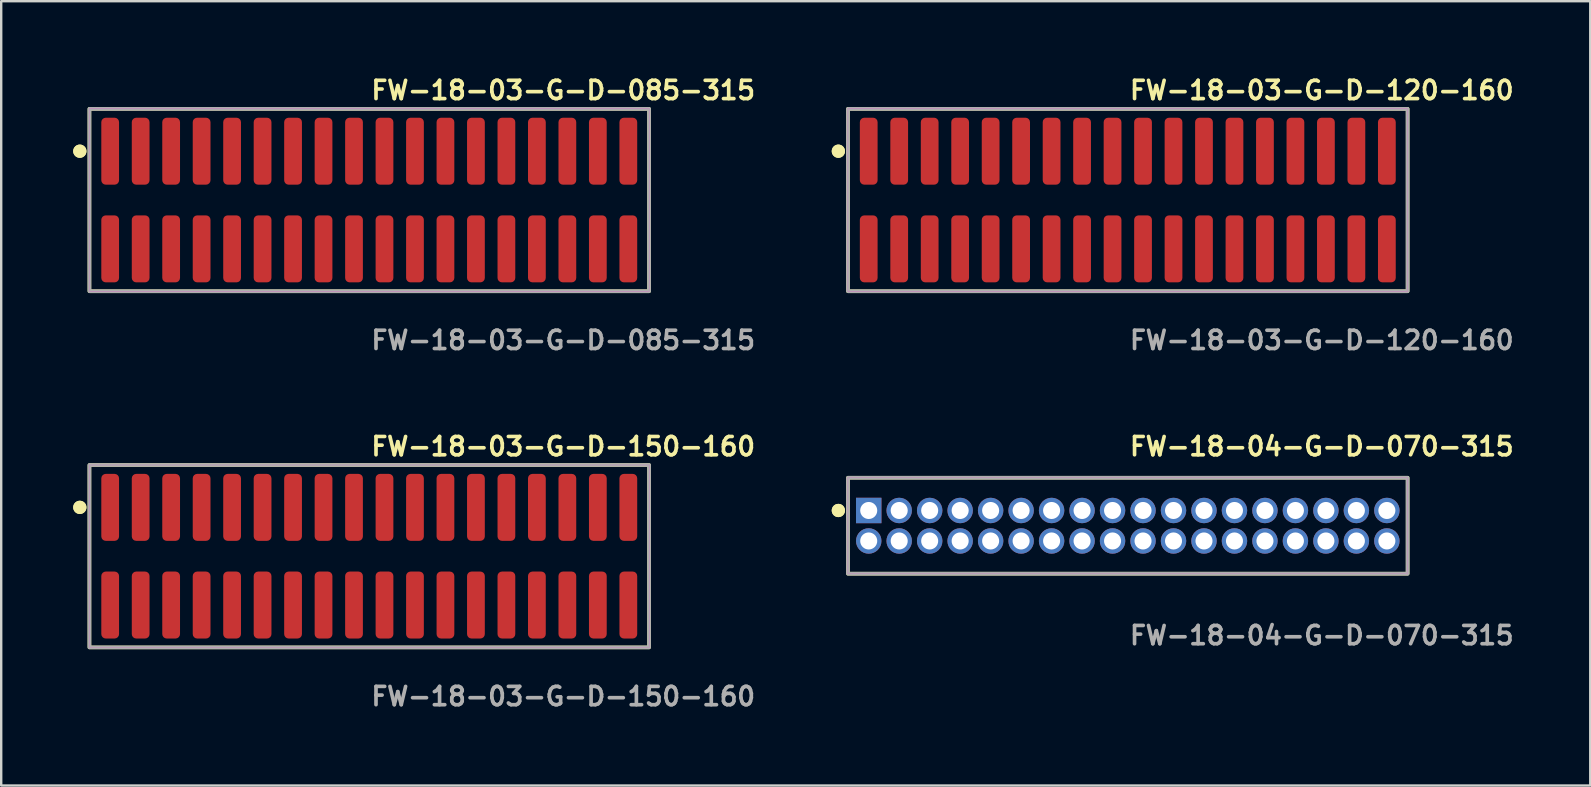
<source format=kicad_pcb>
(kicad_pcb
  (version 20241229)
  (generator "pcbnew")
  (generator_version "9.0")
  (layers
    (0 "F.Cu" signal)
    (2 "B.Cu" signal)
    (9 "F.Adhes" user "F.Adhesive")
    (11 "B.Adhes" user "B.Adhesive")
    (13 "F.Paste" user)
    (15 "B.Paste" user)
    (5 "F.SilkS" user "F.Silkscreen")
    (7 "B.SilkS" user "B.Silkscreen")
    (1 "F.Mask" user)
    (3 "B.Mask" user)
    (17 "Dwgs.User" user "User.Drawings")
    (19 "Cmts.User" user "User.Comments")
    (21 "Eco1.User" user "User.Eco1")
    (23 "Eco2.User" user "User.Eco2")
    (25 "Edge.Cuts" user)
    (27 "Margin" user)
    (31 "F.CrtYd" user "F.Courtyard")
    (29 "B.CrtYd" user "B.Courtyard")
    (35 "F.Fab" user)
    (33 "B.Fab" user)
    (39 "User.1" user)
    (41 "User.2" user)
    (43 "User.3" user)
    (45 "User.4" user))
  (footprint "FW-18-04-G-D-070-315"
    (layer "F.Cu")
    (at 43.943 18.856)
    (property "Reference" "FW-18-04-G-D-070-315" (at 0 -3.302 0) (unlocked yes) (layer "F.SilkS") (effects (font (size 0.762 0.762) (thickness 0.152)) (justify left)))
    (fp_rect (start -11.66 2) (end 11.66 -2) (stroke (width 0.152) (type solid)) (fill no) (layer "F.SilkS"))
    (fp_circle (center -12.06 -0.635) (end -12.26 -0.635) (stroke (width 0.152) (type solid)) (fill yes) (layer "F.SilkS"))
    (fp_circle (center -12.06 -0.635) (end -12.26 -0.635) (stroke (width 0.152) (type solid)) (fill yes) (layer "F.SilkS"))
    (fp_rect (start -11.66 2) (end 11.66 -2) (stroke (width 0.006) (type solid)) (fill no) (layer "F.CrtYd"))
    (fp_rect (start -11.66 2) (end 11.66 -2) (stroke (width 0.152) (type solid)) (fill no) (layer "F.Fab"))
    (fp_text user "${REFERENCE}" (at 0 4.572 0) (unlocked yes) (layer "F.Fab") (effects (font (size 0.762 0.762) (thickness 0.152)) (justify left)))
    (pad "1" thru_hole rect (at -10.795 -0.635) (size 1.06 1.06) (drill 0.71) (layers "*.Cu" "*.Mask"))
    (pad "2" thru_hole circle (at -10.795 0.635) (size 1.06 1.06) (drill 0.71) (layers "*.Cu" "*.Mask"))
    (pad "3" thru_hole circle (at -9.525 -0.635) (size 1.06 1.06) (drill 0.71) (layers "*.Cu" "*.Mask"))
    (pad "4" thru_hole circle (at -9.525 0.635) (size 1.06 1.06) (drill 0.71) (layers "*.Cu" "*.Mask"))
    (pad "5" thru_hole circle (at -8.255 -0.635) (size 1.06 1.06) (drill 0.71) (layers "*.Cu" "*.Mask"))
    (pad "6" thru_hole circle (at -8.255 0.635) (size 1.06 1.06) (drill 0.71) (layers "*.Cu" "*.Mask"))
    (pad "7" thru_hole circle (at -6.985 -0.635) (size 1.06 1.06) (drill 0.71) (layers "*.Cu" "*.Mask"))
    (pad "8" thru_hole circle (at -6.985 0.635) (size 1.06 1.06) (drill 0.71) (layers "*.Cu" "*.Mask"))
    (pad "9" thru_hole circle (at -5.715 -0.635) (size 1.06 1.06) (drill 0.71) (layers "*.Cu" "*.Mask"))
    (pad "10" thru_hole circle (at -5.715 0.635) (size 1.06 1.06) (drill 0.71) (layers "*.Cu" "*.Mask"))
    (pad "11" thru_hole circle (at -4.445 -0.635) (size 1.06 1.06) (drill 0.71) (layers "*.Cu" "*.Mask"))
    (pad "12" thru_hole circle (at -4.445 0.635) (size 1.06 1.06) (drill 0.71) (layers "*.Cu" "*.Mask"))
    (pad "13" thru_hole circle (at -3.175 -0.635) (size 1.06 1.06) (drill 0.71) (layers "*.Cu" "*.Mask"))
    (pad "14" thru_hole circle (at -3.175 0.635) (size 1.06 1.06) (drill 0.71) (layers "*.Cu" "*.Mask"))
    (pad "15" thru_hole circle (at -1.905 -0.635) (size 1.06 1.06) (drill 0.71) (layers "*.Cu" "*.Mask"))
    (pad "16" thru_hole circle (at -1.905 0.635) (size 1.06 1.06) (drill 0.71) (layers "*.Cu" "*.Mask"))
    (pad "17" thru_hole circle (at -0.635 -0.635) (size 1.06 1.06) (drill 0.71) (layers "*.Cu" "*.Mask"))
    (pad "18" thru_hole circle (at -0.635 0.635) (size 1.06 1.06) (drill 0.71) (layers "*.Cu" "*.Mask"))
    (pad "19" thru_hole circle (at 0.635 -0.635) (size 1.06 1.06) (drill 0.71) (layers "*.Cu" "*.Mask"))
    (pad "20" thru_hole circle (at 0.635 0.635) (size 1.06 1.06) (drill 0.71) (layers "*.Cu" "*.Mask"))
    (pad "21" thru_hole circle (at 1.905 -0.635) (size 1.06 1.06) (drill 0.71) (layers "*.Cu" "*.Mask"))
    (pad "22" thru_hole circle (at 1.905 0.635) (size 1.06 1.06) (drill 0.71) (layers "*.Cu" "*.Mask"))
    (pad "23" thru_hole circle (at 3.175 -0.635) (size 1.06 1.06) (drill 0.71) (layers "*.Cu" "*.Mask"))
    (pad "24" thru_hole circle (at 3.175 0.635) (size 1.06 1.06) (drill 0.71) (layers "*.Cu" "*.Mask"))
    (pad "25" thru_hole circle (at 4.445 -0.635) (size 1.06 1.06) (drill 0.71) (layers "*.Cu" "*.Mask"))
    (pad "26" thru_hole circle (at 4.445 0.635) (size 1.06 1.06) (drill 0.71) (layers "*.Cu" "*.Mask"))
    (pad "27" thru_hole circle (at 5.715 -0.635) (size 1.06 1.06) (drill 0.71) (layers "*.Cu" "*.Mask"))
    (pad "28" thru_hole circle (at 5.715 0.635) (size 1.06 1.06) (drill 0.71) (layers "*.Cu" "*.Mask"))
    (pad "29" thru_hole circle (at 6.985 -0.635) (size 1.06 1.06) (drill 0.71) (layers "*.Cu" "*.Mask"))
    (pad "30" thru_hole circle (at 6.985 0.635) (size 1.06 1.06) (drill 0.71) (layers "*.Cu" "*.Mask"))
    (pad "31" thru_hole circle (at 8.255 -0.635) (size 1.06 1.06) (drill 0.71) (layers "*.Cu" "*.Mask"))
    (pad "32" thru_hole circle (at 8.255 0.635) (size 1.06 1.06) (drill 0.71) (layers "*.Cu" "*.Mask"))
    (pad "33" thru_hole circle (at 9.525 -0.635) (size 1.06 1.06) (drill 0.71) (layers "*.Cu" "*.Mask"))
    (pad "34" thru_hole circle (at 9.525 0.635) (size 1.06 1.06) (drill 0.71) (layers "*.Cu" "*.Mask"))
    (pad "35" thru_hole circle (at 10.795 -0.635) (size 1.06 1.06) (drill 0.71) (layers "*.Cu" "*.Mask"))
    (pad "36" thru_hole circle (at 10.795 0.635) (size 1.06 1.06) (drill 0.71) (layers "*.Cu" "*.Mask")))
  (footprint "FW-18-03-G-D-150-160"
    (layer "F.Cu")
    (at 12.336 20.126)
    (property "Reference" "FW-18-03-G-D-150-160" (at 0 -4.572 0) (unlocked yes) (layer "F.SilkS") (effects (font (size 0.762 0.762) (thickness 0.152)) (justify left)))
    (fp_rect (start -11.66 3.8) (end 11.66 -3.8) (stroke (width 0.152) (type solid)) (fill no) (layer "F.SilkS"))
    (fp_circle (center -12.06 -2.035) (end -12.26 -2.035) (stroke (width 0.152) (type solid)) (fill yes) (layer "F.SilkS"))
    (fp_circle (center -12.06 -2.035) (end -12.26 -2.035) (stroke (width 0.152) (type solid)) (fill yes) (layer "F.SilkS"))
    (fp_rect (start -11.66 3.8) (end 11.66 -3.8) (stroke (width 0.006) (type solid)) (fill no) (layer "F.CrtYd"))
    (fp_rect (start -11.66 3.8) (end 11.66 -3.8) (stroke (width 0.152) (type solid)) (fill no) (layer "F.Fab"))
    (fp_text user "${REFERENCE}" (at 0 5.842 0) (unlocked yes) (layer "F.Fab") (effects (font (size 0.762 0.762) (thickness 0.152)) (justify left)))
    (pad "1" smd roundrect (at -10.795 -2.035) (size 0.74 2.79) (layers "F.Cu" "F.Paste") (roundrect_rratio 0.25))
    (pad "2" smd roundrect (at -10.795 2.035) (size 0.74 2.79) (layers "F.Cu" "F.Paste") (roundrect_rratio 0.25))
    (pad "3" smd roundrect (at -9.525 -2.035) (size 0.74 2.79) (layers "F.Cu" "F.Paste") (roundrect_rratio 0.25))
    (pad "4" smd roundrect (at -9.525 2.035) (size 0.74 2.79) (layers "F.Cu" "F.Paste") (roundrect_rratio 0.25))
    (pad "5" smd roundrect (at -8.255 -2.035) (size 0.74 2.79) (layers "F.Cu" "F.Paste") (roundrect_rratio 0.25))
    (pad "6" smd roundrect (at -8.255 2.035) (size 0.74 2.79) (layers "F.Cu" "F.Paste") (roundrect_rratio 0.25))
    (pad "7" smd roundrect (at -6.985 -2.035) (size 0.74 2.79) (layers "F.Cu" "F.Paste") (roundrect_rratio 0.25))
    (pad "8" smd roundrect (at -6.985 2.035) (size 0.74 2.79) (layers "F.Cu" "F.Paste") (roundrect_rratio 0.25))
    (pad "9" smd roundrect (at -5.715 -2.035) (size 0.74 2.79) (layers "F.Cu" "F.Paste") (roundrect_rratio 0.25))
    (pad "10" smd roundrect (at -5.715 2.035) (size 0.74 2.79) (layers "F.Cu" "F.Paste") (roundrect_rratio 0.25))
    (pad "11" smd roundrect (at -4.445 -2.035) (size 0.74 2.79) (layers "F.Cu" "F.Paste") (roundrect_rratio 0.25))
    (pad "12" smd roundrect (at -4.445 2.035) (size 0.74 2.79) (layers "F.Cu" "F.Paste") (roundrect_rratio 0.25))
    (pad "13" smd roundrect (at -3.175 -2.035) (size 0.74 2.79) (layers "F.Cu" "F.Paste") (roundrect_rratio 0.25))
    (pad "14" smd roundrect (at -3.175 2.035) (size 0.74 2.79) (layers "F.Cu" "F.Paste") (roundrect_rratio 0.25))
    (pad "15" smd roundrect (at -1.905 -2.035) (size 0.74 2.79) (layers "F.Cu" "F.Paste") (roundrect_rratio 0.25))
    (pad "16" smd roundrect (at -1.905 2.035) (size 0.74 2.79) (layers "F.Cu" "F.Paste") (roundrect_rratio 0.25))
    (pad "17" smd roundrect (at -0.635 -2.035) (size 0.74 2.79) (layers "F.Cu" "F.Paste") (roundrect_rratio 0.25))
    (pad "18" smd roundrect (at -0.635 2.035) (size 0.74 2.79) (layers "F.Cu" "F.Paste") (roundrect_rratio 0.25))
    (pad "19" smd roundrect (at 0.635 -2.035) (size 0.74 2.79) (layers "F.Cu" "F.Paste") (roundrect_rratio 0.25))
    (pad "20" smd roundrect (at 0.635 2.035) (size 0.74 2.79) (layers "F.Cu" "F.Paste") (roundrect_rratio 0.25))
    (pad "21" smd roundrect (at 1.905 -2.035) (size 0.74 2.79) (layers "F.Cu" "F.Paste") (roundrect_rratio 0.25))
    (pad "22" smd roundrect (at 1.905 2.035) (size 0.74 2.79) (layers "F.Cu" "F.Paste") (roundrect_rratio 0.25))
    (pad "23" smd roundrect (at 3.175 -2.035) (size 0.74 2.79) (layers "F.Cu" "F.Paste") (roundrect_rratio 0.25))
    (pad "24" smd roundrect (at 3.175 2.035) (size 0.74 2.79) (layers "F.Cu" "F.Paste") (roundrect_rratio 0.25))
    (pad "25" smd roundrect (at 4.445 -2.035) (size 0.74 2.79) (layers "F.Cu" "F.Paste") (roundrect_rratio 0.25))
    (pad "26" smd roundrect (at 4.445 2.035) (size 0.74 2.79) (layers "F.Cu" "F.Paste") (roundrect_rratio 0.25))
    (pad "27" smd roundrect (at 5.715 -2.035) (size 0.74 2.79) (layers "F.Cu" "F.Paste") (roundrect_rratio 0.25))
    (pad "28" smd roundrect (at 5.715 2.035) (size 0.74 2.79) (layers "F.Cu" "F.Paste") (roundrect_rratio 0.25))
    (pad "29" smd roundrect (at 6.985 -2.035) (size 0.74 2.79) (layers "F.Cu" "F.Paste") (roundrect_rratio 0.25))
    (pad "30" smd roundrect (at 6.985 2.035) (size 0.74 2.79) (layers "F.Cu" "F.Paste") (roundrect_rratio 0.25))
    (pad "31" smd roundrect (at 8.255 -2.035) (size 0.74 2.79) (layers "F.Cu" "F.Paste") (roundrect_rratio 0.25))
    (pad "32" smd roundrect (at 8.255 2.035) (size 0.74 2.79) (layers "F.Cu" "F.Paste") (roundrect_rratio 0.25))
    (pad "33" smd roundrect (at 9.525 -2.035) (size 0.74 2.79) (layers "F.Cu" "F.Paste") (roundrect_rratio 0.25))
    (pad "34" smd roundrect (at 9.525 2.035) (size 0.74 2.79) (layers "F.Cu" "F.Paste") (roundrect_rratio 0.25))
    (pad "35" smd roundrect (at 10.795 -2.035) (size 0.74 2.79) (layers "F.Cu" "F.Paste") (roundrect_rratio 0.25))
    (pad "36" smd roundrect (at 10.795 2.035) (size 0.74 2.79) (layers "F.Cu" "F.Paste") (roundrect_rratio 0.25)))
  (footprint "FW-18-03-G-D-120-160"
    (layer "F.Cu")
    (at 43.943 5.285)
    (property "Reference" "FW-18-03-G-D-120-160" (at 0 -4.572 0) (unlocked yes) (layer "F.SilkS") (effects (font (size 0.762 0.762) (thickness 0.152)) (justify left)))
    (fp_rect (start -11.66 3.8) (end 11.66 -3.8) (stroke (width 0.152) (type solid)) (fill no) (layer "F.SilkS"))
    (fp_circle (center -12.06 -2.035) (end -12.26 -2.035) (stroke (width 0.152) (type solid)) (fill yes) (layer "F.SilkS"))
    (fp_circle (center -12.06 -2.035) (end -12.26 -2.035) (stroke (width 0.152) (type solid)) (fill yes) (layer "F.SilkS"))
    (fp_rect (start -11.66 3.8) (end 11.66 -3.8) (stroke (width 0.006) (type solid)) (fill no) (layer "F.CrtYd"))
    (fp_rect (start -11.66 3.8) (end 11.66 -3.8) (stroke (width 0.152) (type solid)) (fill no) (layer "F.Fab"))
    (fp_text user "${REFERENCE}" (at 0 5.842 0) (unlocked yes) (layer "F.Fab") (effects (font (size 0.762 0.762) (thickness 0.152)) (justify left)))
    (pad "1" smd roundrect (at -10.795 -2.035) (size 0.74 2.79) (layers "F.Cu" "F.Paste") (roundrect_rratio 0.25))
    (pad "2" smd roundrect (at -10.795 2.035) (size 0.74 2.79) (layers "F.Cu" "F.Paste") (roundrect_rratio 0.25))
    (pad "3" smd roundrect (at -9.525 -2.035) (size 0.74 2.79) (layers "F.Cu" "F.Paste") (roundrect_rratio 0.25))
    (pad "4" smd roundrect (at -9.525 2.035) (size 0.74 2.79) (layers "F.Cu" "F.Paste") (roundrect_rratio 0.25))
    (pad "5" smd roundrect (at -8.255 -2.035) (size 0.74 2.79) (layers "F.Cu" "F.Paste") (roundrect_rratio 0.25))
    (pad "6" smd roundrect (at -8.255 2.035) (size 0.74 2.79) (layers "F.Cu" "F.Paste") (roundrect_rratio 0.25))
    (pad "7" smd roundrect (at -6.985 -2.035) (size 0.74 2.79) (layers "F.Cu" "F.Paste") (roundrect_rratio 0.25))
    (pad "8" smd roundrect (at -6.985 2.035) (size 0.74 2.79) (layers "F.Cu" "F.Paste") (roundrect_rratio 0.25))
    (pad "9" smd roundrect (at -5.715 -2.035) (size 0.74 2.79) (layers "F.Cu" "F.Paste") (roundrect_rratio 0.25))
    (pad "10" smd roundrect (at -5.715 2.035) (size 0.74 2.79) (layers "F.Cu" "F.Paste") (roundrect_rratio 0.25))
    (pad "11" smd roundrect (at -4.445 -2.035) (size 0.74 2.79) (layers "F.Cu" "F.Paste") (roundrect_rratio 0.25))
    (pad "12" smd roundrect (at -4.445 2.035) (size 0.74 2.79) (layers "F.Cu" "F.Paste") (roundrect_rratio 0.25))
    (pad "13" smd roundrect (at -3.175 -2.035) (size 0.74 2.79) (layers "F.Cu" "F.Paste") (roundrect_rratio 0.25))
    (pad "14" smd roundrect (at -3.175 2.035) (size 0.74 2.79) (layers "F.Cu" "F.Paste") (roundrect_rratio 0.25))
    (pad "15" smd roundrect (at -1.905 -2.035) (size 0.74 2.79) (layers "F.Cu" "F.Paste") (roundrect_rratio 0.25))
    (pad "16" smd roundrect (at -1.905 2.035) (size 0.74 2.79) (layers "F.Cu" "F.Paste") (roundrect_rratio 0.25))
    (pad "17" smd roundrect (at -0.635 -2.035) (size 0.74 2.79) (layers "F.Cu" "F.Paste") (roundrect_rratio 0.25))
    (pad "18" smd roundrect (at -0.635 2.035) (size 0.74 2.79) (layers "F.Cu" "F.Paste") (roundrect_rratio 0.25))
    (pad "19" smd roundrect (at 0.635 -2.035) (size 0.74 2.79) (layers "F.Cu" "F.Paste") (roundrect_rratio 0.25))
    (pad "20" smd roundrect (at 0.635 2.035) (size 0.74 2.79) (layers "F.Cu" "F.Paste") (roundrect_rratio 0.25))
    (pad "21" smd roundrect (at 1.905 -2.035) (size 0.74 2.79) (layers "F.Cu" "F.Paste") (roundrect_rratio 0.25))
    (pad "22" smd roundrect (at 1.905 2.035) (size 0.74 2.79) (layers "F.Cu" "F.Paste") (roundrect_rratio 0.25))
    (pad "23" smd roundrect (at 3.175 -2.035) (size 0.74 2.79) (layers "F.Cu" "F.Paste") (roundrect_rratio 0.25))
    (pad "24" smd roundrect (at 3.175 2.035) (size 0.74 2.79) (layers "F.Cu" "F.Paste") (roundrect_rratio 0.25))
    (pad "25" smd roundrect (at 4.445 -2.035) (size 0.74 2.79) (layers "F.Cu" "F.Paste") (roundrect_rratio 0.25))
    (pad "26" smd roundrect (at 4.445 2.035) (size 0.74 2.79) (layers "F.Cu" "F.Paste") (roundrect_rratio 0.25))
    (pad "27" smd roundrect (at 5.715 -2.035) (size 0.74 2.79) (layers "F.Cu" "F.Paste") (roundrect_rratio 0.25))
    (pad "28" smd roundrect (at 5.715 2.035) (size 0.74 2.79) (layers "F.Cu" "F.Paste") (roundrect_rratio 0.25))
    (pad "29" smd roundrect (at 6.985 -2.035) (size 0.74 2.79) (layers "F.Cu" "F.Paste") (roundrect_rratio 0.25))
    (pad "30" smd roundrect (at 6.985 2.035) (size 0.74 2.79) (layers "F.Cu" "F.Paste") (roundrect_rratio 0.25))
    (pad "31" smd roundrect (at 8.255 -2.035) (size 0.74 2.79) (layers "F.Cu" "F.Paste") (roundrect_rratio 0.25))
    (pad "32" smd roundrect (at 8.255 2.035) (size 0.74 2.79) (layers "F.Cu" "F.Paste") (roundrect_rratio 0.25))
    (pad "33" smd roundrect (at 9.525 -2.035) (size 0.74 2.79) (layers "F.Cu" "F.Paste") (roundrect_rratio 0.25))
    (pad "34" smd roundrect (at 9.525 2.035) (size 0.74 2.79) (layers "F.Cu" "F.Paste") (roundrect_rratio 0.25))
    (pad "35" smd roundrect (at 10.795 -2.035) (size 0.74 2.79) (layers "F.Cu" "F.Paste") (roundrect_rratio 0.25))
    (pad "36" smd roundrect (at 10.795 2.035) (size 0.74 2.79) (layers "F.Cu" "F.Paste") (roundrect_rratio 0.25)))
  (footprint "FW-18-03-G-D-085-315"
    (layer "F.Cu")
    (at 12.336 5.285)
    (property "Reference" "FW-18-03-G-D-085-315" (at 0 -4.572 0) (unlocked yes) (layer "F.SilkS") (effects (font (size 0.762 0.762) (thickness 0.152)) (justify left)))
    (fp_rect (start -11.66 3.8) (end 11.66 -3.8) (stroke (width 0.152) (type solid)) (fill no) (layer "F.SilkS"))
    (fp_circle (center -12.06 -2.035) (end -12.26 -2.035) (stroke (width 0.152) (type solid)) (fill yes) (layer "F.SilkS"))
    (fp_circle (center -12.06 -2.035) (end -12.26 -2.035) (stroke (width 0.152) (type solid)) (fill yes) (layer "F.SilkS"))
    (fp_rect (start -11.66 3.8) (end 11.66 -3.8) (stroke (width 0.006) (type solid)) (fill no) (layer "F.CrtYd"))
    (fp_rect (start -11.66 3.8) (end 11.66 -3.8) (stroke (width 0.152) (type solid)) (fill no) (layer "F.Fab"))
    (fp_text user "${REFERENCE}" (at 0 5.842 0) (unlocked yes) (layer "F.Fab") (effects (font (size 0.762 0.762) (thickness 0.152)) (justify left)))
    (pad "1" smd roundrect (at -10.795 -2.035) (size 0.74 2.79) (layers "F.Cu" "F.Paste") (roundrect_rratio 0.25))
    (pad "2" smd roundrect (at -10.795 2.035) (size 0.74 2.79) (layers "F.Cu" "F.Paste") (roundrect_rratio 0.25))
    (pad "3" smd roundrect (at -9.525 -2.035) (size 0.74 2.79) (layers "F.Cu" "F.Paste") (roundrect_rratio 0.25))
    (pad "4" smd roundrect (at -9.525 2.035) (size 0.74 2.79) (layers "F.Cu" "F.Paste") (roundrect_rratio 0.25))
    (pad "5" smd roundrect (at -8.255 -2.035) (size 0.74 2.79) (layers "F.Cu" "F.Paste") (roundrect_rratio 0.25))
    (pad "6" smd roundrect (at -8.255 2.035) (size 0.74 2.79) (layers "F.Cu" "F.Paste") (roundrect_rratio 0.25))
    (pad "7" smd roundrect (at -6.985 -2.035) (size 0.74 2.79) (layers "F.Cu" "F.Paste") (roundrect_rratio 0.25))
    (pad "8" smd roundrect (at -6.985 2.035) (size 0.74 2.79) (layers "F.Cu" "F.Paste") (roundrect_rratio 0.25))
    (pad "9" smd roundrect (at -5.715 -2.035) (size 0.74 2.79) (layers "F.Cu" "F.Paste") (roundrect_rratio 0.25))
    (pad "10" smd roundrect (at -5.715 2.035) (size 0.74 2.79) (layers "F.Cu" "F.Paste") (roundrect_rratio 0.25))
    (pad "11" smd roundrect (at -4.445 -2.035) (size 0.74 2.79) (layers "F.Cu" "F.Paste") (roundrect_rratio 0.25))
    (pad "12" smd roundrect (at -4.445 2.035) (size 0.74 2.79) (layers "F.Cu" "F.Paste") (roundrect_rratio 0.25))
    (pad "13" smd roundrect (at -3.175 -2.035) (size 0.74 2.79) (layers "F.Cu" "F.Paste") (roundrect_rratio 0.25))
    (pad "14" smd roundrect (at -3.175 2.035) (size 0.74 2.79) (layers "F.Cu" "F.Paste") (roundrect_rratio 0.25))
    (pad "15" smd roundrect (at -1.905 -2.035) (size 0.74 2.79) (layers "F.Cu" "F.Paste") (roundrect_rratio 0.25))
    (pad "16" smd roundrect (at -1.905 2.035) (size 0.74 2.79) (layers "F.Cu" "F.Paste") (roundrect_rratio 0.25))
    (pad "17" smd roundrect (at -0.635 -2.035) (size 0.74 2.79) (layers "F.Cu" "F.Paste") (roundrect_rratio 0.25))
    (pad "18" smd roundrect (at -0.635 2.035) (size 0.74 2.79) (layers "F.Cu" "F.Paste") (roundrect_rratio 0.25))
    (pad "19" smd roundrect (at 0.635 -2.035) (size 0.74 2.79) (layers "F.Cu" "F.Paste") (roundrect_rratio 0.25))
    (pad "20" smd roundrect (at 0.635 2.035) (size 0.74 2.79) (layers "F.Cu" "F.Paste") (roundrect_rratio 0.25))
    (pad "21" smd roundrect (at 1.905 -2.035) (size 0.74 2.79) (layers "F.Cu" "F.Paste") (roundrect_rratio 0.25))
    (pad "22" smd roundrect (at 1.905 2.035) (size 0.74 2.79) (layers "F.Cu" "F.Paste") (roundrect_rratio 0.25))
    (pad "23" smd roundrect (at 3.175 -2.035) (size 0.74 2.79) (layers "F.Cu" "F.Paste") (roundrect_rratio 0.25))
    (pad "24" smd roundrect (at 3.175 2.035) (size 0.74 2.79) (layers "F.Cu" "F.Paste") (roundrect_rratio 0.25))
    (pad "25" smd roundrect (at 4.445 -2.035) (size 0.74 2.79) (layers "F.Cu" "F.Paste") (roundrect_rratio 0.25))
    (pad "26" smd roundrect (at 4.445 2.035) (size 0.74 2.79) (layers "F.Cu" "F.Paste") (roundrect_rratio 0.25))
    (pad "27" smd roundrect (at 5.715 -2.035) (size 0.74 2.79) (layers "F.Cu" "F.Paste") (roundrect_rratio 0.25))
    (pad "28" smd roundrect (at 5.715 2.035) (size 0.74 2.79) (layers "F.Cu" "F.Paste") (roundrect_rratio 0.25))
    (pad "29" smd roundrect (at 6.985 -2.035) (size 0.74 2.79) (layers "F.Cu" "F.Paste") (roundrect_rratio 0.25))
    (pad "30" smd roundrect (at 6.985 2.035) (size 0.74 2.79) (layers "F.Cu" "F.Paste") (roundrect_rratio 0.25))
    (pad "31" smd roundrect (at 8.255 -2.035) (size 0.74 2.79) (layers "F.Cu" "F.Paste") (roundrect_rratio 0.25))
    (pad "32" smd roundrect (at 8.255 2.035) (size 0.74 2.79) (layers "F.Cu" "F.Paste") (roundrect_rratio 0.25))
    (pad "33" smd roundrect (at 9.525 -2.035) (size 0.74 2.79) (layers "F.Cu" "F.Paste") (roundrect_rratio 0.25))
    (pad "34" smd roundrect (at 9.525 2.035) (size 0.74 2.79) (layers "F.Cu" "F.Paste") (roundrect_rratio 0.25))
    (pad "35" smd roundrect (at 10.795 -2.035) (size 0.74 2.79) (layers "F.Cu" "F.Paste") (roundrect_rratio 0.25))
    (pad "36" smd roundrect (at 10.795 2.035) (size 0.74 2.79) (layers "F.Cu" "F.Paste") (roundrect_rratio 0.25)))
  (gr_rect
    (start -3 -3)
    (end 63.213 29.681)
    (stroke (width 0.1) (type default))
    (fill no)
    (layer "Edge.Cuts")))
</source>
